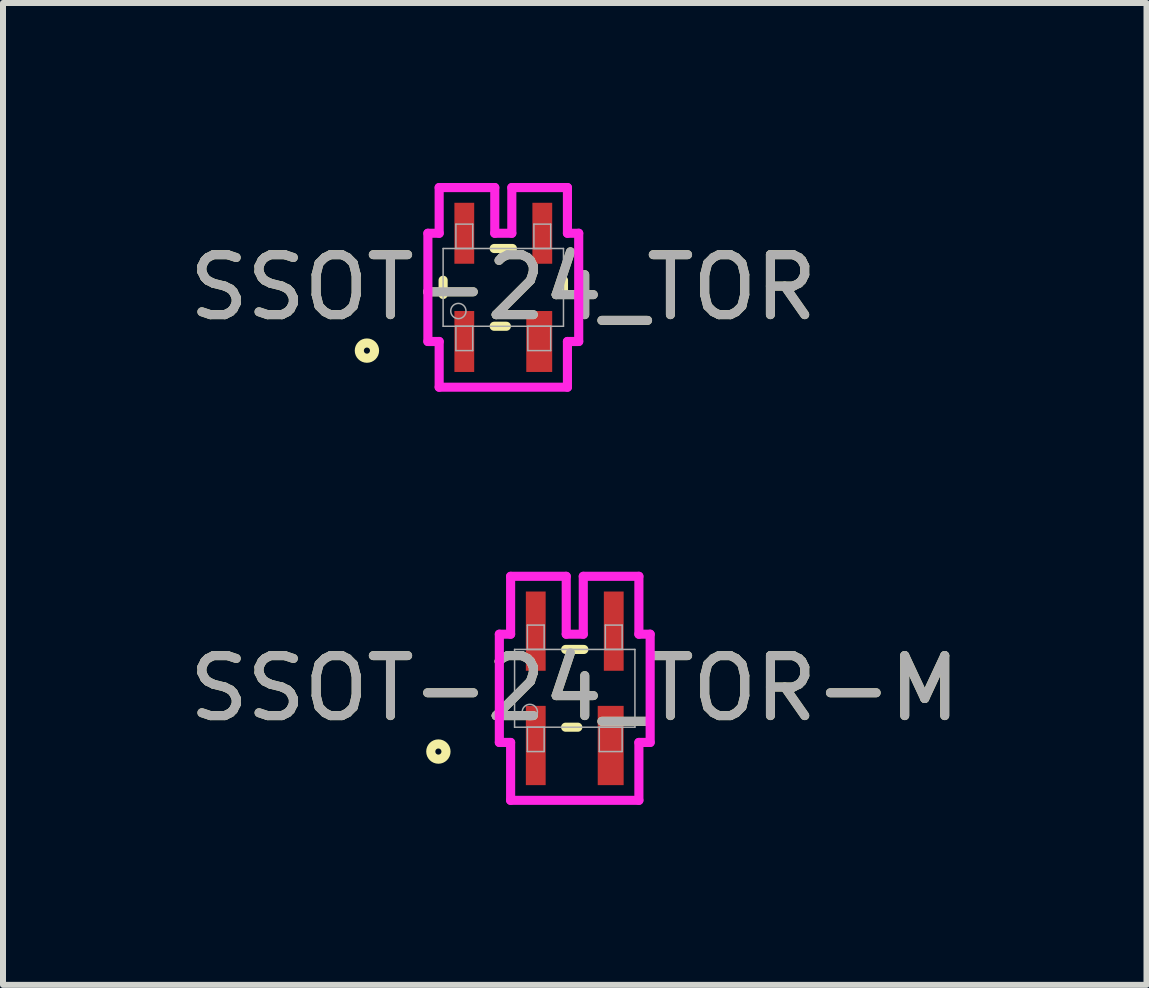
<source format=kicad_pcb>
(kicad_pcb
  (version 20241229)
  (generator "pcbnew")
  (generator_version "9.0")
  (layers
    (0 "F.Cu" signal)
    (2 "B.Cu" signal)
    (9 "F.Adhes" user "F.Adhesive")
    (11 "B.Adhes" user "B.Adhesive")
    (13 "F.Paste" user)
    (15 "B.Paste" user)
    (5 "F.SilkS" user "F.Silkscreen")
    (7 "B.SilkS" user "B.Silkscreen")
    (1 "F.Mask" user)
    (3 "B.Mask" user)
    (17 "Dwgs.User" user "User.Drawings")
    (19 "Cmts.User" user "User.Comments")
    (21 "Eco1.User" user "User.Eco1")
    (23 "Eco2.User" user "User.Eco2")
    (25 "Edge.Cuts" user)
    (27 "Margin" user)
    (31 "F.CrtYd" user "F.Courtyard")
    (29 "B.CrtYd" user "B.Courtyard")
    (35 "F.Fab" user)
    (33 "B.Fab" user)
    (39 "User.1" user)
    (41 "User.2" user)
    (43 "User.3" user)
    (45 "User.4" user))
  (footprint "SSOT-24_TOR-M"
    (layer "F.Cu")
    (at 6.53 8.423)
    (property "Reference" "SSOT-24_TOR-M" (at 0 0 0) (unlocked yes) (layer "F.SilkS") (effects (font (size 1 1) (thickness 0.15))))
    (attr smd)
    (fp_line (start -0.152 -0.648) (end 0.152 -0.648) (stroke (width 0.152) (type solid)) (layer "F.SilkS"))
    (fp_line (start 0.051 0.648) (end -0.152 0.648) (stroke (width 0.152) (type solid)) (layer "F.SilkS"))
    (fp_circle (center -2.273 1.054) (end -2.146 1.054) (stroke (width 0.152) (type solid)) (fill no) (layer "F.SilkS"))
    (fp_line (start -1.257 -0.902) (end -1.069 -0.902) (stroke (width 0.152) (type solid)) (layer "F.CrtYd"))
    (fp_line (start -1.257 0.902) (end -1.257 -0.902) (stroke (width 0.152) (type solid)) (layer "F.CrtYd"))
    (fp_line (start -1.069 -1.867) (end -0.142 -1.867) (stroke (width 0.152) (type solid)) (layer "F.CrtYd"))
    (fp_line (start -1.069 -0.902) (end -1.069 -1.867) (stroke (width 0.152) (type solid)) (layer "F.CrtYd"))
    (fp_line (start -1.069 0.902) (end -1.257 0.902) (stroke (width 0.152) (type solid)) (layer "F.CrtYd"))
    (fp_line (start -1.069 1.867) (end -1.069 0.902) (stroke (width 0.152) (type solid)) (layer "F.CrtYd"))
    (fp_line (start -0.142 -1.867) (end -0.142 -0.902) (stroke (width 0.152) (type solid)) (layer "F.CrtYd"))
    (fp_line (start -0.142 -0.902) (end 0.142 -0.902) (stroke (width 0.152) (type solid)) (layer "F.CrtYd"))
    (fp_line (start 0.142 -1.867) (end 1.069 -1.867) (stroke (width 0.152) (type solid)) (layer "F.CrtYd"))
    (fp_line (start 0.142 -0.902) (end 0.142 -1.867) (stroke (width 0.152) (type solid)) (layer "F.CrtYd"))
    (fp_line (start 1.069 -1.867) (end 1.069 -0.902) (stroke (width 0.152) (type solid)) (layer "F.CrtYd"))
    (fp_line (start 1.069 -0.902) (end 1.257 -0.902) (stroke (width 0.152) (type solid)) (layer "F.CrtYd"))
    (fp_line (start 1.069 0.902) (end 1.069 1.867) (stroke (width 0.152) (type solid)) (layer "F.CrtYd"))
    (fp_line (start 1.069 1.867) (end -1.069 1.867) (stroke (width 0.152) (type solid)) (layer "F.CrtYd"))
    (fp_line (start 1.257 -0.902) (end 1.257 0.902) (stroke (width 0.152) (type solid)) (layer "F.CrtYd"))
    (fp_line (start 1.257 0.902) (end 1.069 0.902) (stroke (width 0.152) (type solid)) (layer "F.CrtYd"))
    (fp_line (start -1.003 -0.648) (end 1.003 -0.648) (stroke (width 0.025) (type solid)) (layer "F.Fab"))
    (fp_line (start -1.003 0.648) (end -1.003 -0.648) (stroke (width 0.025) (type solid)) (layer "F.Fab"))
    (fp_line (start -0.79 -1.054) (end -0.79 -0.648) (stroke (width 0.025) (type solid)) (layer "F.Fab"))
    (fp_line (start -0.79 -0.648) (end -0.51 -0.648) (stroke (width 0.025) (type solid)) (layer "F.Fab"))
    (fp_line (start -0.79 0.648) (end -0.79 1.054) (stroke (width 0.025) (type solid)) (layer "F.Fab"))
    (fp_line (start -0.79 1.054) (end -0.51 1.054) (stroke (width 0.025) (type solid)) (layer "F.Fab"))
    (fp_line (start -0.51 -1.054) (end -0.79 -1.054) (stroke (width 0.025) (type solid)) (layer "F.Fab"))
    (fp_line (start -0.51 -0.648) (end -0.51 -1.054) (stroke (width 0.025) (type solid)) (layer "F.Fab"))
    (fp_line (start -0.51 0.648) (end -0.79 0.648) (stroke (width 0.025) (type solid)) (layer "F.Fab"))
    (fp_line (start -0.51 1.054) (end -0.51 0.648) (stroke (width 0.025) (type solid)) (layer "F.Fab"))
    (fp_line (start 0.409 0.648) (end 0.409 1.054) (stroke (width 0.025) (type solid)) (layer "F.Fab"))
    (fp_line (start 0.409 1.054) (end 0.79 1.054) (stroke (width 0.025) (type solid)) (layer "F.Fab"))
    (fp_line (start 0.51 -1.054) (end 0.51 -0.648) (stroke (width 0.025) (type solid)) (layer "F.Fab"))
    (fp_line (start 0.51 -0.648) (end 0.79 -0.648) (stroke (width 0.025) (type solid)) (layer "F.Fab"))
    (fp_line (start 0.79 -1.054) (end 0.51 -1.054) (stroke (width 0.025) (type solid)) (layer "F.Fab"))
    (fp_line (start 0.79 -0.648) (end 0.79 -1.054) (stroke (width 0.025) (type solid)) (layer "F.Fab"))
    (fp_line (start 0.79 0.648) (end 0.409 0.648) (stroke (width 0.025) (type solid)) (layer "F.Fab"))
    (fp_line (start 0.79 1.054) (end 0.79 0.648) (stroke (width 0.025) (type solid)) (layer "F.Fab"))
    (fp_line (start 1.003 -0.648) (end 1.003 0.648) (stroke (width 0.025) (type solid)) (layer "F.Fab"))
    (fp_line (start 1.003 0.648) (end -1.003 0.648) (stroke (width 0.025) (type solid)) (layer "F.Fab"))
    (fp_circle (center -0.749 0.394) (end -0.622 0.394) (stroke (width 0.025) (type solid)) (fill no) (layer "F.Fab"))
    (fp_text user "${REFERENCE}" (at 0 0 0) (unlocked yes) (layer "F.Fab") (effects (font (size 1 1) (thickness 0.15))))
    (pad "1" smd rect (at -0.65 0.953) (size 0.33 1.321) (layers "F.Cu" "F.Mask" "F.Paste"))
    (pad "2" smd rect (at 0.599 0.953) (size 0.432 1.321) (layers "F.Cu" "F.Mask" "F.Paste"))
    (pad "3" smd rect (at 0.65 -0.953) (size 0.33 1.321) (layers "F.Cu" "F.Mask" "F.Paste"))
    (pad "4" smd rect (at -0.65 -0.953) (size 0.33 1.321) (layers "F.Cu" "F.Mask" "F.Paste")))
  (footprint "SSOT-24_TOR"
    (layer "F.Cu")
    (at 5.339 1.74)
    (property "Reference" "SSOT-24_TOR" (at 0 0 0) (unlocked yes) (layer "F.SilkS") (effects (font (size 1 1) (thickness 0.15))))
    (attr smd)
    (fp_line (start -1.003 0.119) (end -1.003 -0.119) (stroke (width 0.152) (type solid)) (layer "F.SilkS"))
    (fp_line (start -0.152 -0.648) (end 0.152 -0.648) (stroke (width 0.152) (type solid)) (layer "F.SilkS"))
    (fp_line (start 0.051 0.648) (end -0.152 0.648) (stroke (width 0.152) (type solid)) (layer "F.SilkS"))
    (fp_line (start 1.003 -0.119) (end 1.003 0.119) (stroke (width 0.152) (type solid)) (layer "F.SilkS"))
    (fp_circle (center -2.273 1.054) (end -2.146 1.054) (stroke (width 0.152) (type solid)) (fill no) (layer "F.SilkS"))
    (fp_line (start -1.257 -0.902) (end -1.069 -0.902) (stroke (width 0.152) (type solid)) (layer "F.CrtYd"))
    (fp_line (start -1.257 0.902) (end -1.257 -0.902) (stroke (width 0.152) (type solid)) (layer "F.CrtYd"))
    (fp_line (start -1.069 -1.664) (end -0.142 -1.664) (stroke (width 0.152) (type solid)) (layer "F.CrtYd"))
    (fp_line (start -1.069 -0.902) (end -1.069 -1.664) (stroke (width 0.152) (type solid)) (layer "F.CrtYd"))
    (fp_line (start -1.069 0.902) (end -1.257 0.902) (stroke (width 0.152) (type solid)) (layer "F.CrtYd"))
    (fp_line (start -1.069 1.664) (end -1.069 0.902) (stroke (width 0.152) (type solid)) (layer "F.CrtYd"))
    (fp_line (start -0.142 -1.664) (end -0.142 -0.902) (stroke (width 0.152) (type solid)) (layer "F.CrtYd"))
    (fp_line (start -0.142 -0.902) (end 0.142 -0.902) (stroke (width 0.152) (type solid)) (layer "F.CrtYd"))
    (fp_line (start 0.142 -1.664) (end 1.069 -1.664) (stroke (width 0.152) (type solid)) (layer "F.CrtYd"))
    (fp_line (start 0.142 -0.902) (end 0.142 -1.664) (stroke (width 0.152) (type solid)) (layer "F.CrtYd"))
    (fp_line (start 1.069 -1.664) (end 1.069 -0.902) (stroke (width 0.152) (type solid)) (layer "F.CrtYd"))
    (fp_line (start 1.069 -0.902) (end 1.257 -0.902) (stroke (width 0.152) (type solid)) (layer "F.CrtYd"))
    (fp_line (start 1.069 0.902) (end 1.069 1.664) (stroke (width 0.152) (type solid)) (layer "F.CrtYd"))
    (fp_line (start 1.069 1.664) (end -1.069 1.664) (stroke (width 0.152) (type solid)) (layer "F.CrtYd"))
    (fp_line (start 1.257 -0.902) (end 1.257 0.902) (stroke (width 0.152) (type solid)) (layer "F.CrtYd"))
    (fp_line (start 1.257 0.902) (end 1.069 0.902) (stroke (width 0.152) (type solid)) (layer "F.CrtYd"))
    (fp_line (start -1.003 -0.648) (end 1.003 -0.648) (stroke (width 0.025) (type solid)) (layer "F.Fab"))
    (fp_line (start -1.003 0.648) (end -1.003 -0.648) (stroke (width 0.025) (type solid)) (layer "F.Fab"))
    (fp_line (start -0.79 -1.054) (end -0.79 -0.648) (stroke (width 0.025) (type solid)) (layer "F.Fab"))
    (fp_line (start -0.79 -0.648) (end -0.51 -0.648) (stroke (width 0.025) (type solid)) (layer "F.Fab"))
    (fp_line (start -0.79 0.648) (end -0.79 1.054) (stroke (width 0.025) (type solid)) (layer "F.Fab"))
    (fp_line (start -0.79 1.054) (end -0.51 1.054) (stroke (width 0.025) (type solid)) (layer "F.Fab"))
    (fp_line (start -0.51 -1.054) (end -0.79 -1.054) (stroke (width 0.025) (type solid)) (layer "F.Fab"))
    (fp_line (start -0.51 -0.648) (end -0.51 -1.054) (stroke (width 0.025) (type solid)) (layer "F.Fab"))
    (fp_line (start -0.51 0.648) (end -0.79 0.648) (stroke (width 0.025) (type solid)) (layer "F.Fab"))
    (fp_line (start -0.51 1.054) (end -0.51 0.648) (stroke (width 0.025) (type solid)) (layer "F.Fab"))
    (fp_line (start 0.409 0.648) (end 0.409 1.054) (stroke (width 0.025) (type solid)) (layer "F.Fab"))
    (fp_line (start 0.409 1.054) (end 0.79 1.054) (stroke (width 0.025) (type solid)) (layer "F.Fab"))
    (fp_line (start 0.51 -1.054) (end 0.51 -0.648) (stroke (width 0.025) (type solid)) (layer "F.Fab"))
    (fp_line (start 0.51 -0.648) (end 0.79 -0.648) (stroke (width 0.025) (type solid)) (layer "F.Fab"))
    (fp_line (start 0.79 -1.054) (end 0.51 -1.054) (stroke (width 0.025) (type solid)) (layer "F.Fab"))
    (fp_line (start 0.79 -0.648) (end 0.79 -1.054) (stroke (width 0.025) (type solid)) (layer "F.Fab"))
    (fp_line (start 0.79 0.648) (end 0.409 0.648) (stroke (width 0.025) (type solid)) (layer "F.Fab"))
    (fp_line (start 0.79 1.054) (end 0.79 0.648) (stroke (width 0.025) (type solid)) (layer "F.Fab"))
    (fp_line (start 1.003 -0.648) (end 1.003 0.648) (stroke (width 0.025) (type solid)) (layer "F.Fab"))
    (fp_line (start 1.003 0.648) (end -1.003 0.648) (stroke (width 0.025) (type solid)) (layer "F.Fab"))
    (fp_circle (center -0.749 0.394) (end -0.622 0.394) (stroke (width 0.025) (type solid)) (fill no) (layer "F.Fab"))
    (fp_text user "${REFERENCE}" (at 0 0 0) (unlocked yes) (layer "F.Fab") (effects (font (size 1 1) (thickness 0.15))))
    (pad "1" smd rect (at -0.65 0.902) (size 0.33 1.016) (layers "F.Cu" "F.Mask" "F.Paste"))
    (pad "2" smd rect (at 0.599 0.902) (size 0.432 1.016) (layers "F.Cu" "F.Mask" "F.Paste"))
    (pad "3" smd rect (at 0.65 -0.902) (size 0.33 1.016) (layers "F.Cu" "F.Mask" "F.Paste"))
    (pad "4" smd rect (at -0.65 -0.902) (size 0.33 1.016) (layers "F.Cu" "F.Mask" "F.Paste")))
  (gr_rect
    (start -3 -3)
    (end 16.06 13.366)
    (stroke (width 0.1) (type default))
    (fill no)
    (layer "Edge.Cuts")))
</source>
